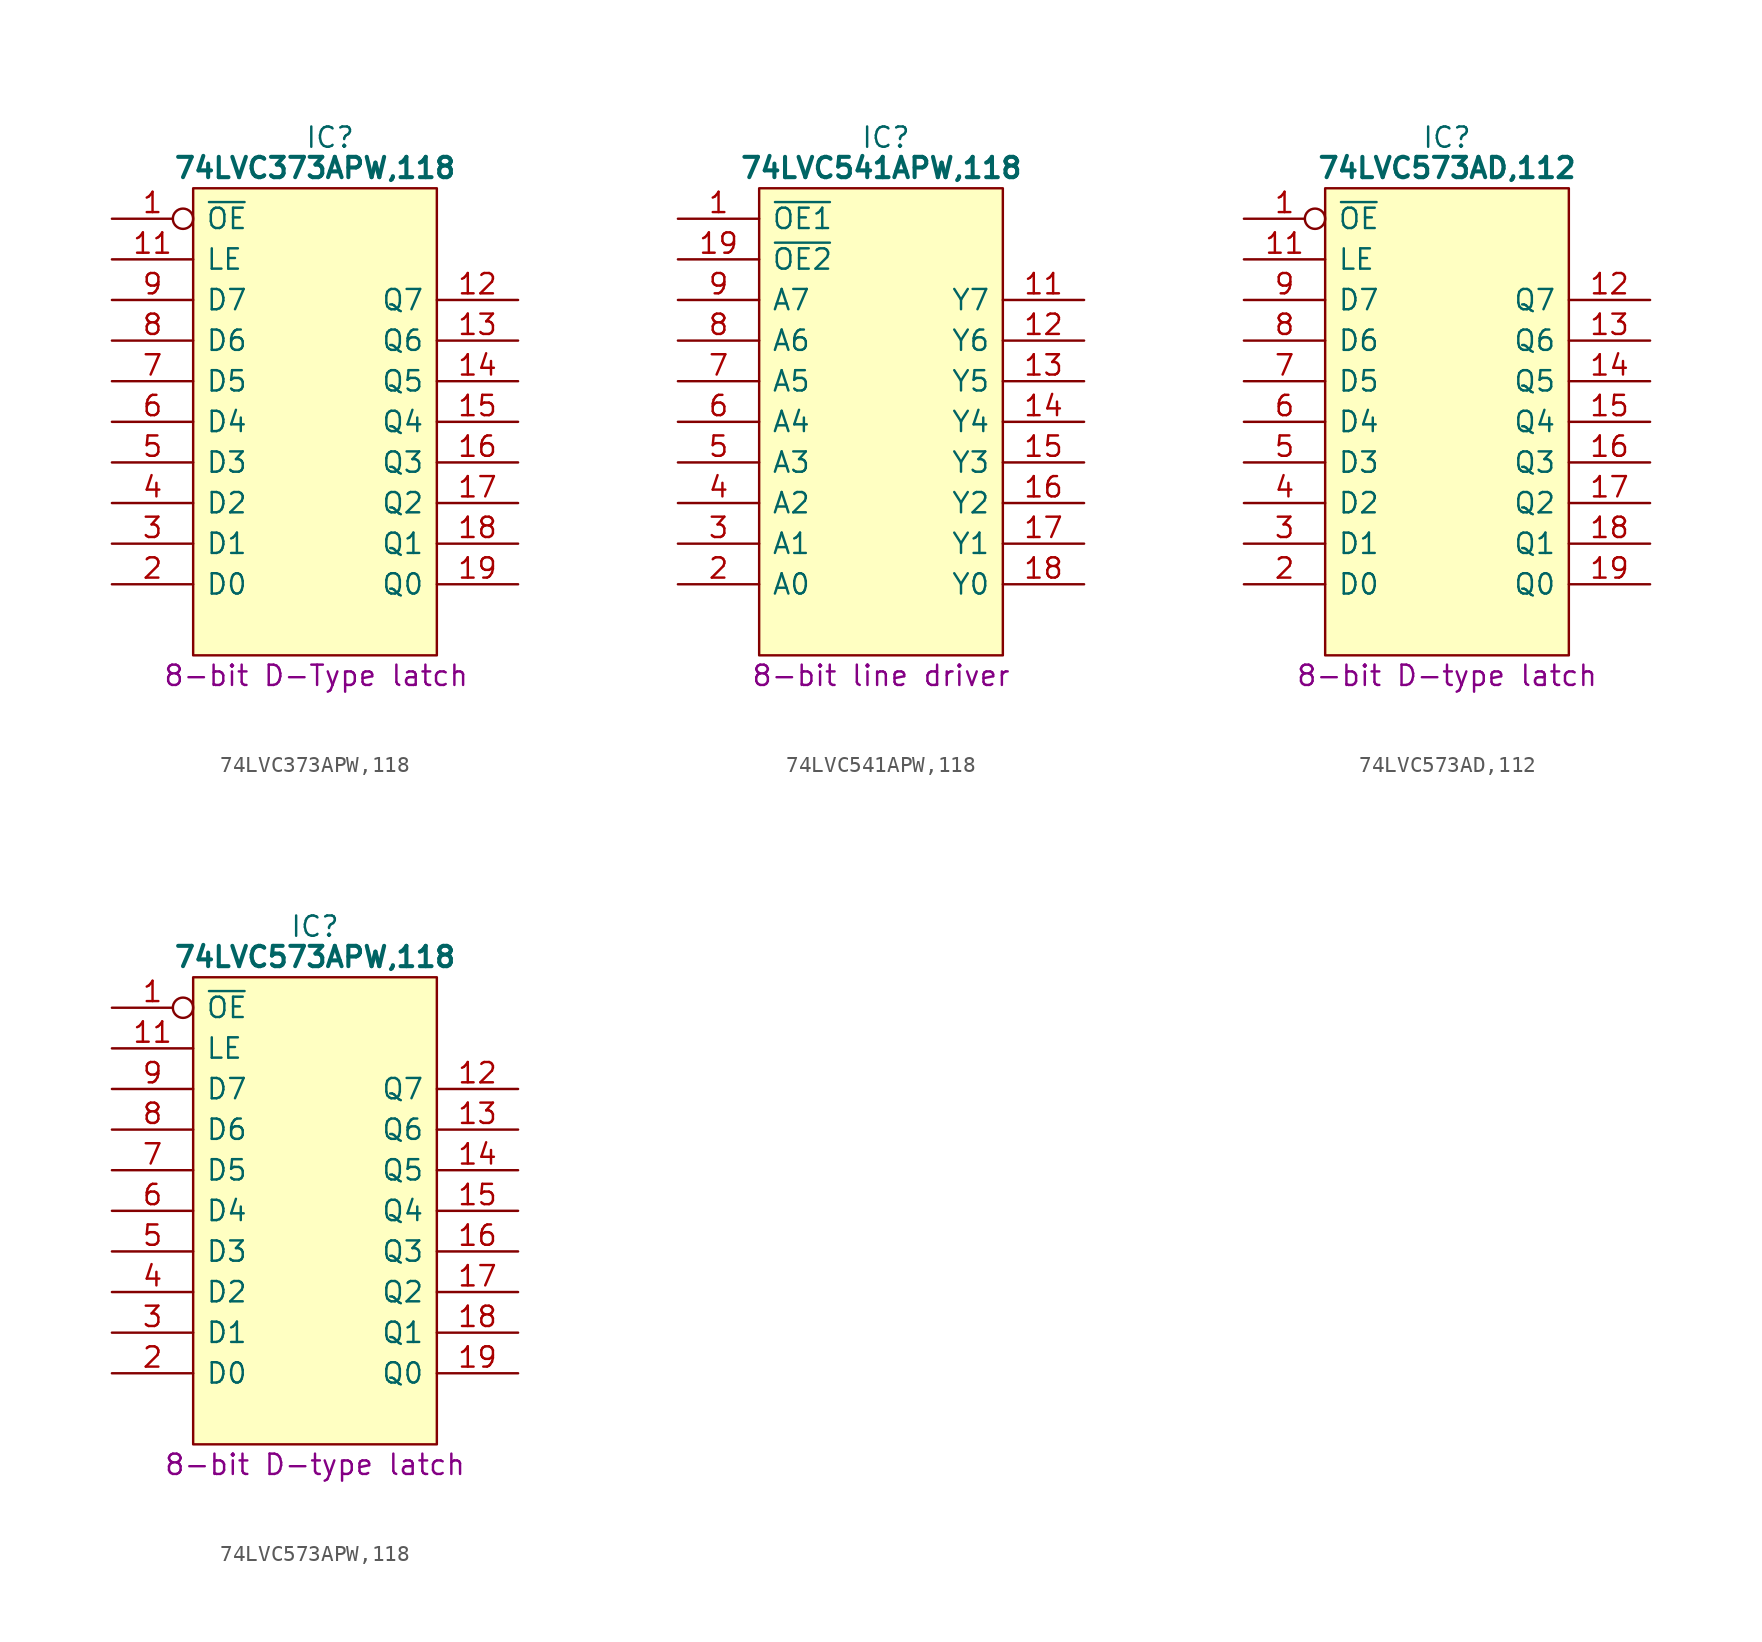
<source format=kicad_sym>
(kicad_symbol_lib
  (version 20231120)
  (generator "kicad_symbol_editor")
  (generator_version "8.0")
  (symbol "74LVC373APW,118"
    (pin_names
      (offset 0.762))
    (property "Reference" "IC"
      (at 12.065 5.08 0)
      (effects (font (size 1.27 1.27)) (justify left)))
    (property "Value" "74LVC373APW,118"
      (at 12.7 3.175 0)
      (effects (font (size 1.27 1.27) (bold yes))))
    (property "Description" "8-bit D-Type latch"
      (at 3.175 -28.575 0)
      (effects (font (size 1.27 1.27)) (justify left)))
    (symbol "74LVC373APW,118_0_0"
      (pin input inverted (at 0 0 0) (length 5.08) (name "~{OE}" (effects (font (size 1.27 1.27)))) (number "1" (effects (font (size 1.27 1.27)))))
      (pin passive line (at 0 -25.4 0) (length 5.08) hide (name "GND" (effects (font (size 1.27 1.27)))) (number "10" (effects (font (size 1.27 1.27)))))
      (pin input line (at 0 -2.54 0) (length 5.08) (name "LE" (effects (font (size 1.27 1.27)))) (number "11" (effects (font (size 1.27 1.27)))))
      (pin output line (at 25.4 -5.08 180) (length 5.08) (name "Q7" (effects (font (size 1.27 1.27)))) (number "12" (effects (font (size 1.27 1.27)))))
      (pin output line (at 25.4 -7.62 180) (length 5.08) (name "Q6" (effects (font (size 1.27 1.27)))) (number "13" (effects (font (size 1.27 1.27)))))
      (pin output line (at 25.4 -10.16 180) (length 5.08) (name "Q5" (effects (font (size 1.27 1.27)))) (number "14" (effects (font (size 1.27 1.27)))))
      (pin output line (at 25.4 -12.7 180) (length 5.08) (name "Q4" (effects (font (size 1.27 1.27)))) (number "15" (effects (font (size 1.27 1.27)))))
      (pin output line (at 25.4 -15.24 180) (length 5.08) (name "Q3" (effects (font (size 1.27 1.27)))) (number "16" (effects (font (size 1.27 1.27)))))
      (pin output line (at 25.4 -17.78 180) (length 5.08) (name "Q2" (effects (font (size 1.27 1.27)))) (number "17" (effects (font (size 1.27 1.27)))))
      (pin output line (at 25.4 -20.32 180) (length 5.08) (name "Q1" (effects (font (size 1.27 1.27)))) (number "18" (effects (font (size 1.27 1.27)))))
      (pin output line (at 25.4 -22.86 180) (length 5.08) (name "Q0" (effects (font (size 1.27 1.27)))) (number "19" (effects (font (size 1.27 1.27)))))
      (pin input line (at 0 -22.86 0) (length 5.08) (name "D0" (effects (font (size 1.27 1.27)))) (number "2" (effects (font (size 1.27 1.27)))))
      (pin passive line (at 25.4 0 180) (length 5.08) hide (name "3V" (effects (font (size 1.27 1.27)))) (number "20" (effects (font (size 1.27 1.27)))))
      (pin input line (at 0 -20.32 0) (length 5.08) (name "D1" (effects (font (size 1.27 1.27)))) (number "3" (effects (font (size 1.27 1.27)))))
      (pin input line (at 0 -17.78 0) (length 5.08) (name "D2" (effects (font (size 1.27 1.27)))) (number "4" (effects (font (size 1.27 1.27)))))
      (pin input line (at 0 -15.24 0) (length 5.08) (name "D3" (effects (font (size 1.27 1.27)))) (number "5" (effects (font (size 1.27 1.27)))))
      (pin input line (at 0 -12.7 0) (length 5.08) (name "D4" (effects (font (size 1.27 1.27)))) (number "6" (effects (font (size 1.27 1.27)))))
      (pin input line (at 0 -10.16 0) (length 5.08) (name "D5" (effects (font (size 1.27 1.27)))) (number "7" (effects (font (size 1.27 1.27)))))
      (pin input line (at 0 -7.62 0) (length 5.08) (name "D6" (effects (font (size 1.27 1.27)))) (number "8" (effects (font (size 1.27 1.27)))))
      (pin input line (at 0 -5.08 0) (length 5.08) (name "D7" (effects (font (size 1.27 1.27)))) (number "9" (effects (font (size 1.27 1.27))))))
    (symbol "74LVC373APW,118_0_1"
      (polyline (pts (xy 5.08 1.905) (xy 20.32 1.905) (xy 20.32 -27.305) (xy 5.08 -27.305) (xy 5.08 1.905)) (stroke (width 0.152) (type default)) (fill (type background)))))
  (symbol "74LVC541APW,118"
    (pin_names
      (offset 0.762))
    (property "Reference" "IC"
      (at 11.43 5.08 0)
      (effects (font (size 1.27 1.27)) (justify left)))
    (property "Value" "74LVC541APW,118"
      (at 3.81 3.175 0)
      (effects (font (size 1.27 1.27) (bold yes)) (justify left)))
    (property "Description" "8-bit line driver"
      (at 12.7 -28.575 0)
      (effects (font (size 1.27 1.27))))
    (symbol "74LVC541APW,118_0_0"
      (pin input line (at 0 0 0) (length 5.08) (name "~{OE1}" (effects (font (size 1.27 1.27)))) (number "1" (effects (font (size 1.27 1.27)))))
      (pin passive line (at 0 -25.4 0) (length 5.08) hide (name "GND" (effects (font (size 1.27 1.27)))) (number "10" (effects (font (size 1.27 1.27)))))
      (pin tri_state line (at 25.4 -5.08 180) (length 5.08) (name "Y7" (effects (font (size 1.27 1.27)))) (number "11" (effects (font (size 1.27 1.27)))))
      (pin tri_state line (at 25.4 -7.62 180) (length 5.08) (name "Y6" (effects (font (size 1.27 1.27)))) (number "12" (effects (font (size 1.27 1.27)))))
      (pin tri_state line (at 25.4 -10.16 180) (length 5.08) (name "Y5" (effects (font (size 1.27 1.27)))) (number "13" (effects (font (size 1.27 1.27)))))
      (pin tri_state line (at 25.4 -12.7 180) (length 5.08) (name "Y4" (effects (font (size 1.27 1.27)))) (number "14" (effects (font (size 1.27 1.27)))))
      (pin tri_state line (at 25.4 -15.24 180) (length 5.08) (name "Y3" (effects (font (size 1.27 1.27)))) (number "15" (effects (font (size 1.27 1.27)))))
      (pin tri_state line (at 25.4 -17.78 180) (length 5.08) (name "Y2" (effects (font (size 1.27 1.27)))) (number "16" (effects (font (size 1.27 1.27)))))
      (pin tri_state line (at 25.4 -20.32 180) (length 5.08) (name "Y1" (effects (font (size 1.27 1.27)))) (number "17" (effects (font (size 1.27 1.27)))))
      (pin tri_state line (at 25.4 -22.86 180) (length 5.08) (name "Y0" (effects (font (size 1.27 1.27)))) (number "18" (effects (font (size 1.27 1.27)))))
      (pin input line (at 0 -2.54 0) (length 5.08) (name "~{OE2}" (effects (font (size 1.27 1.27)))) (number "19" (effects (font (size 1.27 1.27)))))
      (pin input line (at 0 -22.86 0) (length 5.08) (name "A0" (effects (font (size 1.27 1.27)))) (number "2" (effects (font (size 1.27 1.27)))))
      (pin passive line (at 25.4 0 180) (length 5.08) hide (name "3V" (effects (font (size 1.27 1.27)))) (number "20" (effects (font (size 1.27 1.27)))))
      (pin input line (at 0 -20.32 0) (length 5.08) (name "A1" (effects (font (size 1.27 1.27)))) (number "3" (effects (font (size 1.27 1.27)))))
      (pin input line (at 0 -17.78 0) (length 5.08) (name "A2" (effects (font (size 1.27 1.27)))) (number "4" (effects (font (size 1.27 1.27)))))
      (pin input line (at 0 -15.24 0) (length 5.08) (name "A3" (effects (font (size 1.27 1.27)))) (number "5" (effects (font (size 1.27 1.27)))))
      (pin input line (at 0 -12.7 0) (length 5.08) (name "A4" (effects (font (size 1.27 1.27)))) (number "6" (effects (font (size 1.27 1.27)))))
      (pin input line (at 0 -10.16 0) (length 5.08) (name "A5" (effects (font (size 1.27 1.27)))) (number "7" (effects (font (size 1.27 1.27)))))
      (pin input line (at 0 -7.62 0) (length 5.08) (name "A6" (effects (font (size 1.27 1.27)))) (number "8" (effects (font (size 1.27 1.27)))))
      (pin input line (at 0 -5.08 0) (length 5.08) (name "A7" (effects (font (size 1.27 1.27)))) (number "9" (effects (font (size 1.27 1.27))))))
    (symbol "74LVC541APW,118_0_1"
      (polyline (pts (xy 5.08 1.905) (xy 20.32 1.905) (xy 20.32 -27.305) (xy 5.08 -27.305) (xy 5.08 1.905)) (stroke (width 0.152) (type default)) (fill (type background)))))
  (symbol "74LVC573AD,112"
    (pin_names
      (offset 0.762))
    (property "Reference" "IC"
      (at 12.7 5.08 0)
      (effects (font (size 1.27 1.27))))
    (property "Value" "74LVC573AD,112"
      (at 12.7 3.175 0)
      (effects (font (size 1.27 1.27) (bold yes))))
    (property "Description" "8-bit D-type latch"
      (at 12.7 -28.575 0)
      (effects (font (size 1.27 1.27))))
    (symbol "74LVC573AD,112_0_0"
      (pin input inverted (at 0 0 0) (length 5.08) (name "~{OE}" (effects (font (size 1.27 1.27)))) (number "1" (effects (font (size 1.27 1.27)))))
      (pin passive line (at 0 -25.4 0) (length 5.08) hide (name "GND" (effects (font (size 1.27 1.27)))) (number "10" (effects (font (size 1.27 1.27)))))
      (pin input line (at 0 -2.54 0) (length 5.08) (name "LE" (effects (font (size 1.27 1.27)))) (number "11" (effects (font (size 1.27 1.27)))))
      (pin output line (at 25.4 -5.08 180) (length 5.08) (name "Q7" (effects (font (size 1.27 1.27)))) (number "12" (effects (font (size 1.27 1.27)))))
      (pin output line (at 25.4 -7.62 180) (length 5.08) (name "Q6" (effects (font (size 1.27 1.27)))) (number "13" (effects (font (size 1.27 1.27)))))
      (pin output line (at 25.4 -10.16 180) (length 5.08) (name "Q5" (effects (font (size 1.27 1.27)))) (number "14" (effects (font (size 1.27 1.27)))))
      (pin output line (at 25.4 -12.7 180) (length 5.08) (name "Q4" (effects (font (size 1.27 1.27)))) (number "15" (effects (font (size 1.27 1.27)))))
      (pin output line (at 25.4 -15.24 180) (length 5.08) (name "Q3" (effects (font (size 1.27 1.27)))) (number "16" (effects (font (size 1.27 1.27)))))
      (pin output line (at 25.4 -17.78 180) (length 5.08) (name "Q2" (effects (font (size 1.27 1.27)))) (number "17" (effects (font (size 1.27 1.27)))))
      (pin output line (at 25.4 -20.32 180) (length 5.08) (name "Q1" (effects (font (size 1.27 1.27)))) (number "18" (effects (font (size 1.27 1.27)))))
      (pin output line (at 25.4 -22.86 180) (length 5.08) (name "Q0" (effects (font (size 1.27 1.27)))) (number "19" (effects (font (size 1.27 1.27)))))
      (pin input line (at 0 -22.86 0) (length 5.08) (name "D0" (effects (font (size 1.27 1.27)))) (number "2" (effects (font (size 1.27 1.27)))))
      (pin passive line (at 25.4 0 180) (length 5.08) hide (name "3V" (effects (font (size 1.27 1.27)))) (number "20" (effects (font (size 1.27 1.27)))))
      (pin input line (at 0 -20.32 0) (length 5.08) (name "D1" (effects (font (size 1.27 1.27)))) (number "3" (effects (font (size 1.27 1.27)))))
      (pin input line (at 0 -17.78 0) (length 5.08) (name "D2" (effects (font (size 1.27 1.27)))) (number "4" (effects (font (size 1.27 1.27)))))
      (pin input line (at 0 -15.24 0) (length 5.08) (name "D3" (effects (font (size 1.27 1.27)))) (number "5" (effects (font (size 1.27 1.27)))))
      (pin input line (at 0 -12.7 0) (length 5.08) (name "D4" (effects (font (size 1.27 1.27)))) (number "6" (effects (font (size 1.27 1.27)))))
      (pin input line (at 0 -10.16 0) (length 5.08) (name "D5" (effects (font (size 1.27 1.27)))) (number "7" (effects (font (size 1.27 1.27)))))
      (pin input line (at 0 -7.62 0) (length 5.08) (name "D6" (effects (font (size 1.27 1.27)))) (number "8" (effects (font (size 1.27 1.27)))))
      (pin input line (at 0 -5.08 0) (length 5.08) (name "D7" (effects (font (size 1.27 1.27)))) (number "9" (effects (font (size 1.27 1.27))))))
    (symbol "74LVC573AD,112_0_1"
      (polyline (pts (xy 5.08 1.905) (xy 20.32 1.905) (xy 20.32 -27.305) (xy 5.08 -27.305) (xy 5.08 1.905)) (stroke (width 0.152) (type default)) (fill (type background)))))
  (symbol "74LVC573APW,118"
    (pin_names
      (offset 0.762))
    (property "Reference" "IC"
      (at 12.7 5.08 0)
      (effects (font (size 1.27 1.27))))
    (property "Value" "74LVC573APW,118"
      (at 12.7 3.175 0)
      (effects (font (size 1.27 1.27) (bold yes))))
    (property "Description" "8-bit D-type latch"
      (at 12.7 -28.575 0)
      (effects (font (size 1.27 1.27))))
    (symbol "74LVC573APW,118_0_0"
      (pin input inverted (at 0 0 0) (length 5.08) (name "~{OE}" (effects (font (size 1.27 1.27)))) (number "1" (effects (font (size 1.27 1.27)))))
      (pin passive line (at 0 -25.4 0) (length 5.08) hide (name "GND" (effects (font (size 1.27 1.27)))) (number "10" (effects (font (size 1.27 1.27)))))
      (pin input line (at 0 -2.54 0) (length 5.08) (name "LE" (effects (font (size 1.27 1.27)))) (number "11" (effects (font (size 1.27 1.27)))))
      (pin tri_state line (at 25.4 -5.08 180) (length 5.08) (name "Q7" (effects (font (size 1.27 1.27)))) (number "12" (effects (font (size 1.27 1.27)))))
      (pin tri_state line (at 25.4 -7.62 180) (length 5.08) (name "Q6" (effects (font (size 1.27 1.27)))) (number "13" (effects (font (size 1.27 1.27)))))
      (pin tri_state line (at 25.4 -10.16 180) (length 5.08) (name "Q5" (effects (font (size 1.27 1.27)))) (number "14" (effects (font (size 1.27 1.27)))))
      (pin tri_state line (at 25.4 -12.7 180) (length 5.08) (name "Q4" (effects (font (size 1.27 1.27)))) (number "15" (effects (font (size 1.27 1.27)))))
      (pin tri_state line (at 25.4 -15.24 180) (length 5.08) (name "Q3" (effects (font (size 1.27 1.27)))) (number "16" (effects (font (size 1.27 1.27)))))
      (pin tri_state line (at 25.4 -17.78 180) (length 5.08) (name "Q2" (effects (font (size 1.27 1.27)))) (number "17" (effects (font (size 1.27 1.27)))))
      (pin tri_state line (at 25.4 -20.32 180) (length 5.08) (name "Q1" (effects (font (size 1.27 1.27)))) (number "18" (effects (font (size 1.27 1.27)))))
      (pin tri_state line (at 25.4 -22.86 180) (length 5.08) (name "Q0" (effects (font (size 1.27 1.27)))) (number "19" (effects (font (size 1.27 1.27)))))
      (pin input line (at 0 -22.86 0) (length 5.08) (name "D0" (effects (font (size 1.27 1.27)))) (number "2" (effects (font (size 1.27 1.27)))))
      (pin passive line (at 25.4 0 180) (length 5.08) hide (name "3V" (effects (font (size 1.27 1.27)))) (number "20" (effects (font (size 1.27 1.27)))))
      (pin input line (at 0 -20.32 0) (length 5.08) (name "D1" (effects (font (size 1.27 1.27)))) (number "3" (effects (font (size 1.27 1.27)))))
      (pin input line (at 0 -17.78 0) (length 5.08) (name "D2" (effects (font (size 1.27 1.27)))) (number "4" (effects (font (size 1.27 1.27)))))
      (pin input line (at 0 -15.24 0) (length 5.08) (name "D3" (effects (font (size 1.27 1.27)))) (number "5" (effects (font (size 1.27 1.27)))))
      (pin input line (at 0 -12.7 0) (length 5.08) (name "D4" (effects (font (size 1.27 1.27)))) (number "6" (effects (font (size 1.27 1.27)))))
      (pin input line (at 0 -10.16 0) (length 5.08) (name "D5" (effects (font (size 1.27 1.27)))) (number "7" (effects (font (size 1.27 1.27)))))
      (pin input line (at 0 -7.62 0) (length 5.08) (name "D6" (effects (font (size 1.27 1.27)))) (number "8" (effects (font (size 1.27 1.27)))))
      (pin input line (at 0 -5.08 0) (length 5.08) (name "D7" (effects (font (size 1.27 1.27)))) (number "9" (effects (font (size 1.27 1.27))))))
    (symbol "74LVC573APW,118_0_1"
      (polyline (pts (xy 5.08 1.905) (xy 20.32 1.905) (xy 20.32 -27.305) (xy 5.08 -27.305) (xy 5.08 1.905)) (stroke (width 0.152) (type default)) (fill (type background))))))
</source>
